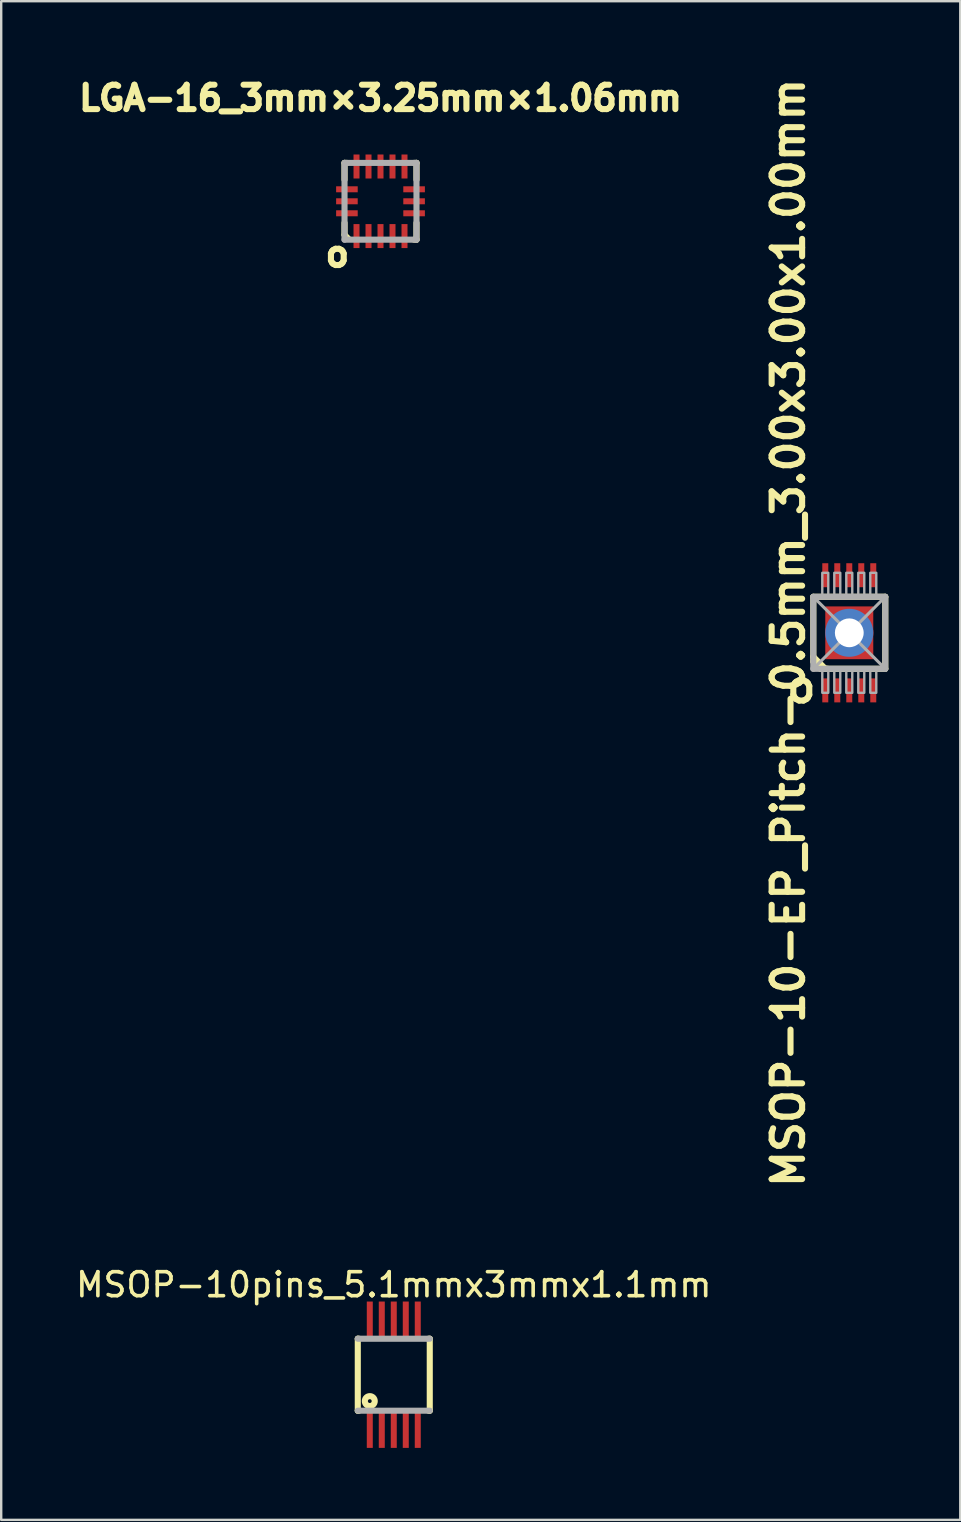
<source format=kicad_pcb>
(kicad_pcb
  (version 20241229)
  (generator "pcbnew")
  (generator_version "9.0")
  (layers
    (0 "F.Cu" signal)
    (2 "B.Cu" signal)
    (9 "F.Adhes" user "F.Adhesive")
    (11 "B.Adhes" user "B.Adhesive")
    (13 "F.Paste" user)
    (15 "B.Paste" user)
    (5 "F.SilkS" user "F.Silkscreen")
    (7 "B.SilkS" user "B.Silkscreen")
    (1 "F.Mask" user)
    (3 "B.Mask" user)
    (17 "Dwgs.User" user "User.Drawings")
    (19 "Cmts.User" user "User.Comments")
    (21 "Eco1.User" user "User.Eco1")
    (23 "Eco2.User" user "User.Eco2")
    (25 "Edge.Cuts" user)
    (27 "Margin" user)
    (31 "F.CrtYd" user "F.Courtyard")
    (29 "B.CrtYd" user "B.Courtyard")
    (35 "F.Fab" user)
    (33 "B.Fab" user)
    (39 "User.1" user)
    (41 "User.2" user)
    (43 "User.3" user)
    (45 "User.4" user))
  (footprint "MSOP-10pins_5.1mmx3mmx1.1mm"
    (layer "F.Cu")
    (at 13.363 54.25)
    (property "Reference" "MSOP-10pins_5.1mmx3mmx1.1mm" (at 0 -3.75 0) (layer "F.SilkS") (effects (font (size 1 1) (thickness 0.15))))
    (attr smd)
    (fp_line (start -1.5 -1.5) (end -1.5 1.5) (stroke (width 0.254) (type solid)) (layer "F.SilkS"))
    (fp_line (start -1.45 -1.5) (end -1.5 -1.5) (stroke (width 0.254) (type solid)) (layer "F.SilkS"))
    (fp_line (start -1.45 1.5) (end -1.5 1.5) (stroke (width 0.254) (type solid)) (layer "F.SilkS"))
    (fp_line (start 1.5 -1.5) (end 1.45 -1.5) (stroke (width 0.254) (type solid)) (layer "F.SilkS"))
    (fp_line (start 1.5 1.5) (end 1.45 1.5) (stroke (width 0.254) (type solid)) (layer "F.SilkS"))
    (fp_line (start 1.5 1.5) (end 1.5 -1.5) (stroke (width 0.254) (type solid)) (layer "F.SilkS"))
    (fp_circle (center -1 1.1) (end -0.92 1.1) (stroke (width 0.254) (type solid)) (fill no) (layer "F.SilkS"))
    (fp_line (start 1.5 -1.5) (end -1.5 -1.5) (stroke (width 0.254) (type solid)) (layer "F.Fab"))
    (fp_line (start 1.5 1.5) (end -1.5 1.5) (stroke (width 0.254) (type solid)) (layer "F.Fab"))
    (pad "1" smd rect (at -1 2.3 90) (size 1.5 0.25) (layers "F.Cu" "F.Mask" "F.Paste"))
    (pad "2" smd rect (at -0.5 2.3 90) (size 1.5 0.25) (layers "F.Cu" "F.Mask" "F.Paste"))
    (pad "3" smd rect (at 0 2.3 90) (size 1.5 0.25) (layers "F.Cu" "F.Mask" "F.Paste"))
    (pad "4" smd rect (at 0.5 2.3 90) (size 1.5 0.25) (layers "F.Cu" "F.Mask" "F.Paste"))
    (pad "5" smd rect (at 1 2.3 90) (size 1.5 0.25) (layers "F.Cu" "F.Mask" "F.Paste"))
    (pad "6" smd rect (at 1 -2.3 90) (size 1.5 0.25) (layers "F.Cu" "F.Mask" "F.Paste"))
    (pad "7" smd rect (at 0.5 -2.3 90) (size 1.5 0.25) (layers "F.Cu" "F.Mask" "F.Paste"))
    (pad "8" smd rect (at 0 -2.3 90) (size 1.5 0.25) (layers "F.Cu" "F.Mask" "F.Paste"))
    (pad "9" smd rect (at -0.5 -2.3 90) (size 1.5 0.25) (layers "F.Cu" "F.Mask" "F.Paste"))
    (pad "10" smd rect (at -1 -2.3 90) (size 1.5 0.25) (layers "F.Cu" "F.Mask" "F.Paste")))
  (footprint "MSOP-10-EP_Pitch-0.5mm_3.00x3.00x1.00mm"
    (layer "F.Cu")
    (at 32.349 23.326)
    (property "Reference" "MSOP-10-EP_Pitch-0.5mm_3.00x3.00x1.00mm" (at -2.54 0 90) (layer "F.SilkS") (effects (font (size 1.27 1.27) (thickness 0.254))))
    (attr smd)
    (fp_line (start -1.5 -1.5) (end -1.5 1) (stroke (width 0.254) (type solid)) (layer "F.SilkS"))
    (fp_line (start -1.5 1) (end -1.5 1.2) (stroke (width 0.254) (type solid)) (layer "F.SilkS"))
    (fp_line (start -1.5 1.2) (end -1.2 1.5) (stroke (width 0.254) (type solid)) (layer "F.SilkS"))
    (fp_line (start -1.2 1.5) (end -0.9 1.5) (stroke (width 0.254) (type solid)) (layer "F.SilkS"))
    (fp_line (start -1 1.5) (end -1.5 1) (stroke (width 0.254) (type solid)) (layer "F.SilkS"))
    (fp_line (start 1.5 -1.5) (end -1.5 -1.5) (stroke (width 0.254) (type solid)) (layer "F.SilkS"))
    (fp_line (start 1.5 1.5) (end -1 1.5) (stroke (width 0.254) (type solid)) (layer "F.SilkS"))
    (fp_line (start 1.5 1.5) (end 1.5 -1.5) (stroke (width 0.254) (type solid)) (layer "F.SilkS"))
    (fp_line (start -1.5 -1.5) (end 1.5 -1.5) (stroke (width 0.254) (type solid)) (layer "F.Fab"))
    (fp_line (start -1.5 -1.5) (end 1.5 1.5) (stroke (width 0.127) (type solid)) (layer "F.Fab"))
    (fp_line (start -1.5 1.5) (end -1.5 -1.5) (stroke (width 0.254) (type solid)) (layer "F.Fab"))
    (fp_line (start 1.5 -1.5) (end -1.5 1.5) (stroke (width 0.127) (type solid)) (layer "F.Fab"))
    (fp_line (start 1.5 -1.5) (end 1.5 1.5) (stroke (width 0.254) (type solid)) (layer "F.Fab"))
    (fp_line (start 1.5 1.5) (end -1.5 1.5) (stroke (width 0.254) (type solid)) (layer "F.Fab"))
    (fp_poly (pts (xy -1.125 -2.5) (xy -0.875 -2.5) (xy -0.875 -1.5) (xy -1.125 -1.5)) (stroke (width 0.1) (type solid)) (fill no) (layer "F.Fab"))
    (fp_poly (pts (xy -0.875 2.5) (xy -1.125 2.5) (xy -1.125 1.5) (xy -0.875 1.5)) (stroke (width 0.1) (type solid)) (fill no) (layer "F.Fab"))
    (fp_poly (pts (xy -0.625 -2.5) (xy -0.375 -2.5) (xy -0.375 -1.5) (xy -0.625 -1.5)) (stroke (width 0.1) (type solid)) (fill no) (layer "F.Fab"))
    (fp_poly (pts (xy -0.375 2.5) (xy -0.625 2.5) (xy -0.625 1.5) (xy -0.375 1.5)) (stroke (width 0.1) (type solid)) (fill no) (layer "F.Fab"))
    (fp_poly (pts (xy -0.125 -2.5) (xy 0.125 -2.5) (xy 0.125 -1.5) (xy -0.125 -1.5)) (stroke (width 0.1) (type solid)) (fill no) (layer "F.Fab"))
    (fp_poly (pts (xy 0.125 2.5) (xy -0.125 2.5) (xy -0.125 1.5) (xy 0.125 1.5)) (stroke (width 0.1) (type solid)) (fill no) (layer "F.Fab"))
    (fp_poly (pts (xy 0.375 -2.5) (xy 0.625 -2.5) (xy 0.625 -1.5) (xy 0.375 -1.5)) (stroke (width 0.1) (type solid)) (fill no) (layer "F.Fab"))
    (fp_poly (pts (xy 0.625 2.5) (xy 0.375 2.5) (xy 0.375 1.5) (xy 0.625 1.5)) (stroke (width 0.1) (type solid)) (fill no) (layer "F.Fab"))
    (fp_poly (pts (xy 0.875 -2.5) (xy 1.125 -2.5) (xy 1.125 -1.5) (xy 0.875 -1.5)) (stroke (width 0.1) (type solid)) (fill no) (layer "F.Fab"))
    (fp_poly (pts (xy 1.125 2.5) (xy 0.875 2.5) (xy 0.875 1.5) (xy 1.125 1.5)) (stroke (width 0.1) (type solid)) (fill no) (layer "F.Fab"))
    (fp_text user "o" (at -2 2.25 0) (layer "F.SilkS") (effects (font (size 1.27 1.27) (thickness 0.254))))
    (pad "1" smd rect (at -1 2.4) (size 0.25 1) (layers "F.Cu" "F.Mask" "F.Paste"))
    (pad "2" smd rect (at -0.5 2.4) (size 0.25 1) (layers "F.Cu" "F.Mask" "F.Paste"))
    (pad "3" smd rect (at 0 2.4) (size 0.25 1) (layers "F.Cu" "F.Mask" "F.Paste"))
    (pad "4" smd rect (at 0.5 2.4) (size 0.25 1) (layers "F.Cu" "F.Mask" "F.Paste"))
    (pad "5" smd rect (at 1 2.4) (size 0.25 1) (layers "F.Cu" "F.Mask" "F.Paste"))
    (pad "6" smd rect (at 1 -2.4) (size 0.25 1) (layers "F.Cu" "F.Mask" "F.Paste"))
    (pad "7" smd rect (at 0.5 -2.4) (size 0.25 1) (layers "F.Cu" "F.Mask" "F.Paste"))
    (pad "8" smd rect (at 0 -2.4) (size 0.25 1) (layers "F.Cu" "F.Mask" "F.Paste"))
    (pad "9" smd rect (at -0.5 -2.4) (size 0.25 1) (layers "F.Cu" "F.Mask" "F.Paste"))
    (pad "10" smd rect (at -1 -2.4) (size 0.25 1) (layers "F.Cu" "F.Mask" "F.Paste"))
    (pad "11" thru_hole circle (at 0 0) (size 2 2) (drill 1.2) (layers "*.Cu" "*.Mask"))
    (pad "11" smd rect (at 0 0) (size 2 2.2) (layers "F.Cu" "F.Mask" "F.Paste")))
  (footprint "LGA-16_3mm×3.25mm×1.06mm"
    (layer "F.Cu")
    (at 12.81 5.34)
    (property "Reference" "LGA-16_3mm×3.25mm×1.06mm" (at 0 -4.3 0) (layer "F.SilkS") (effects (font (size 1.016 1.016) (thickness 0.254))))
    (attr smd)
    (fp_line (start -1.5 -1.6) (end -1.4 -1.6) (stroke (width 0.254) (type solid)) (layer "F.SilkS"))
    (fp_line (start -1.5 -0.9) (end -1.5 -1.6) (stroke (width 0.254) (type solid)) (layer "F.SilkS"))
    (fp_line (start -1.5 1.4) (end -1.5 0.9) (stroke (width 0.254) (type solid)) (layer "F.SilkS"))
    (fp_line (start -1.35 1.55) (end -1.5 1.4) (stroke (width 0.254) (type solid)) (layer "F.SilkS"))
    (fp_line (start 1.4 1.6) (end 1.5 1.6) (stroke (width 0.254) (type solid)) (layer "F.SilkS"))
    (fp_line (start 1.5 -1.6) (end 1.4 -1.6) (stroke (width 0.254) (type solid)) (layer "F.SilkS"))
    (fp_line (start 1.5 -0.9) (end 1.5 -1.6) (stroke (width 0.254) (type solid)) (layer "F.SilkS"))
    (fp_line (start 1.5 1.6) (end 1.5 0.9) (stroke (width 0.254) (type solid)) (layer "F.SilkS"))
    (fp_line (start -1.5 -1.6) (end 1.5 -1.6) (stroke (width 0.254) (type solid)) (layer "F.Fab"))
    (fp_line (start -1.5 1.6) (end -1.5 -1.6) (stroke (width 0.254) (type solid)) (layer "F.Fab"))
    (fp_line (start -1.5 1.6) (end 1.5 1.6) (stroke (width 0.254) (type solid)) (layer "F.Fab"))
    (fp_line (start 1.5 -1.6) (end 1.5 1.6) (stroke (width 0.254) (type solid)) (layer "F.Fab"))
    (fp_text user "o" (at -1.8 2.2 180) (layer "F.SilkS") (effects (font (size 1.016 1.016) (thickness 0.254))))
    (pad "1" smd rect (at -1 1.45 90) (size 1 0.25) (layers "F.Cu" "F.Mask" "F.Paste"))
    (pad "2" smd rect (at -0.5 1.45 90) (size 1 0.25) (layers "F.Cu" "F.Mask" "F.Paste"))
    (pad "3" smd rect (at 0 1.45 90) (size 1 0.25) (layers "F.Cu" "F.Mask" "F.Paste"))
    (pad "4" smd rect (at 0.5 1.45 90) (size 1 0.25) (layers "F.Cu" "F.Mask" "F.Paste"))
    (pad "5" smd rect (at 1 1.45 90) (size 1 0.25) (layers "F.Cu" "F.Mask" "F.Paste"))
    (pad "6" smd rect (at 1.4 0.5 180) (size 0.9 0.25) (layers "F.Cu" "F.Mask" "F.Paste"))
    (pad "7" smd rect (at 1.4 0 180) (size 0.9 0.25) (layers "F.Cu" "F.Mask" "F.Paste"))
    (pad "8" smd rect (at 1.4 -0.5 180) (size 0.9 0.25) (layers "F.Cu" "F.Mask" "F.Paste"))
    (pad "9" smd rect (at 1 -1.45 90) (size 1 0.25) (layers "F.Cu" "F.Mask" "F.Paste"))
    (pad "10" smd rect (at 0.5 -1.45 90) (size 1 0.25) (layers "F.Cu" "F.Mask" "F.Paste"))
    (pad "11" smd rect (at 0 -1.45 90) (size 1 0.25) (layers "F.Cu" "F.Mask" "F.Paste"))
    (pad "12" smd rect (at -0.5 -1.45 90) (size 1 0.25) (layers "F.Cu" "F.Mask" "F.Paste"))
    (pad "13" smd rect (at -1 -1.45 90) (size 1 0.25) (layers "F.Cu" "F.Mask" "F.Paste"))
    (pad "14" smd rect (at -1.4 -0.5 180) (size 0.9 0.25) (layers "F.Cu" "F.Mask" "F.Paste"))
    (pad "15" smd rect (at -1.4 0 180) (size 0.9 0.25) (layers "F.Cu" "F.Mask" "F.Paste"))
    (pad "16" smd rect (at -1.4 0.5 180) (size 0.9 0.25) (layers "F.Cu" "F.Mask" "F.Paste")))
  (gr_rect
    (start -3 -3)
    (end 36.976 60.3)
    (stroke (width 0.1) (type default))
    (fill no)
    (layer "Edge.Cuts")))
</source>
